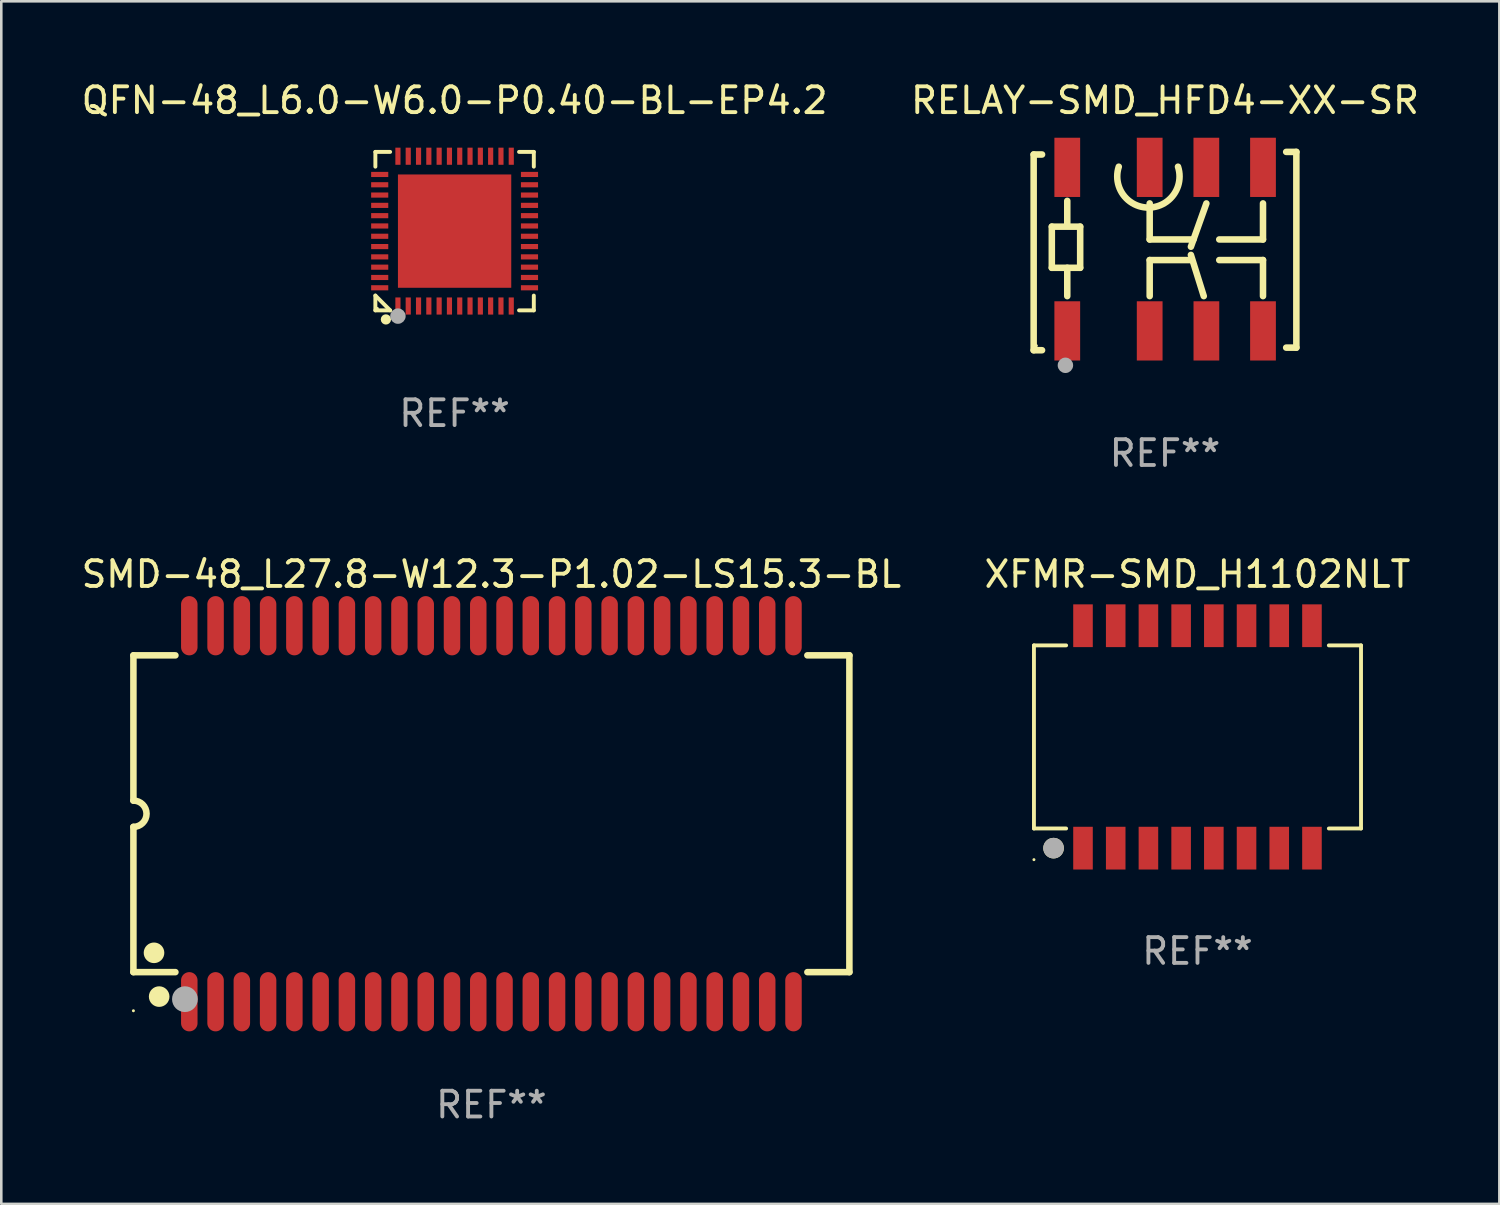
<source format=kicad_pcb>
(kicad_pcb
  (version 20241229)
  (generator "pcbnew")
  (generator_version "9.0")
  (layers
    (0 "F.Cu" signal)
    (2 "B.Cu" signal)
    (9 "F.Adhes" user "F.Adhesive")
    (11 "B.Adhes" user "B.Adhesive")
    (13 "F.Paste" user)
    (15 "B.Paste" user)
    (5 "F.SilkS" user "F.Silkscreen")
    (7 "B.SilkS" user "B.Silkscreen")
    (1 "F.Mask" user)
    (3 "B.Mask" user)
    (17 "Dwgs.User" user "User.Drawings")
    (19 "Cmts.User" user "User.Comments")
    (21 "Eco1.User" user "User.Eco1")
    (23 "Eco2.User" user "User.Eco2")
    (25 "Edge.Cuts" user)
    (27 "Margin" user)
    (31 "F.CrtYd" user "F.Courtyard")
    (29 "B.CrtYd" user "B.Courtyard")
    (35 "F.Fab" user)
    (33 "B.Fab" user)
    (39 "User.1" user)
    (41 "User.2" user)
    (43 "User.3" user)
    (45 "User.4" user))
  (footprint "QFN-48_L6.0-W6.0-P0.40-BL-EP4.2"
    (layer "F.Cu")
    (at 14.601 5.924)
    (property "Reference" "QFN-48_L6.0-W6.0-P0.40-BL-EP4.2" (at 0 -5.076 0) (layer "F.SilkS") (effects (font (size 1 1) (thickness 0.15))))
    (attr smd)
    (fp_line (start -3.076 -3.076) (end -2.503 -3.076) (stroke (width 0.152) (type solid)) (layer "F.SilkS"))
    (fp_line (start -3.076 -2.503) (end -3.076 -3.076) (stroke (width 0.152) (type solid)) (layer "F.SilkS"))
    (fp_line (start -3.076 2.503) (end -3.076 3.076) (stroke (width 0.152) (type solid)) (layer "F.SilkS"))
    (fp_line (start -3.076 2.503) (end -2.503 3.076) (stroke (width 0.152) (type solid)) (layer "F.SilkS"))
    (fp_line (start -3.076 3.076) (end -2.503 3.076) (stroke (width 0.152) (type solid)) (layer "F.SilkS"))
    (fp_line (start 3.076 -3.076) (end 2.503 -3.076) (stroke (width 0.152) (type solid)) (layer "F.SilkS"))
    (fp_line (start 3.076 -2.503) (end 3.076 -3.076) (stroke (width 0.152) (type solid)) (layer "F.SilkS"))
    (fp_line (start 3.076 2.503) (end 3.076 3.076) (stroke (width 0.152) (type solid)) (layer "F.SilkS"))
    (fp_line (start 3.076 3.076) (end 2.503 3.076) (stroke (width 0.152) (type solid)) (layer "F.SilkS"))
    (fp_circle (center -3 3) (end -2.97 3) (stroke (width 0.06) (type solid)) (fill no) (layer "F.SilkS"))
    (fp_circle (center -2.667 3.429) (end -2.567 3.429) (stroke (width 0.2) (type solid)) (fill no) (layer "F.SilkS"))
    (fp_circle (center -2.2 3.3) (end -2.05 3.3) (stroke (width 0.3) (type solid)) (fill no) (layer "F.Fab"))
    (fp_text user "REF**" (at 0 7.076 0) (layer "F.Fab") (effects (font (size 1 1) (thickness 0.15))))
    (pad "1" smd rect (at -2.2 2.908) (size 0.2 0.665) (layers "F.Cu" "F.Mask" "F.Paste"))
    (pad "2" smd rect (at -1.8 2.908) (size 0.2 0.665) (layers "F.Cu" "F.Mask" "F.Paste"))
    (pad "3" smd rect (at -1.4 2.908) (size 0.2 0.665) (layers "F.Cu" "F.Mask" "F.Paste"))
    (pad "4" smd rect (at -1 2.908) (size 0.2 0.665) (layers "F.Cu" "F.Mask" "F.Paste"))
    (pad "5" smd rect (at -0.6 2.908) (size 0.2 0.665) (layers "F.Cu" "F.Mask" "F.Paste"))
    (pad "6" smd rect (at -0.2 2.908) (size 0.2 0.665) (layers "F.Cu" "F.Mask" "F.Paste"))
    (pad "7" smd rect (at 0.2 2.908) (size 0.2 0.665) (layers "F.Cu" "F.Mask" "F.Paste"))
    (pad "8" smd rect (at 0.6 2.908) (size 0.2 0.665) (layers "F.Cu" "F.Mask" "F.Paste"))
    (pad "9" smd rect (at 1 2.908) (size 0.2 0.665) (layers "F.Cu" "F.Mask" "F.Paste"))
    (pad "10" smd rect (at 1.4 2.908) (size 0.2 0.665) (layers "F.Cu" "F.Mask" "F.Paste"))
    (pad "11" smd rect (at 1.8 2.908) (size 0.2 0.665) (layers "F.Cu" "F.Mask" "F.Paste"))
    (pad "12" smd rect (at 2.2 2.908) (size 0.2 0.665) (layers "F.Cu" "F.Mask" "F.Paste"))
    (pad "13" smd rect (at 2.908 2.2) (size 0.665 0.2) (layers "F.Cu" "F.Mask" "F.Paste"))
    (pad "14" smd rect (at 2.908 1.8) (size 0.665 0.2) (layers "F.Cu" "F.Mask" "F.Paste"))
    (pad "15" smd rect (at 2.908 1.4) (size 0.665 0.2) (layers "F.Cu" "F.Mask" "F.Paste"))
    (pad "16" smd rect (at 2.908 1) (size 0.665 0.2) (layers "F.Cu" "F.Mask" "F.Paste"))
    (pad "17" smd rect (at 2.908 0.6) (size 0.665 0.2) (layers "F.Cu" "F.Mask" "F.Paste"))
    (pad "18" smd rect (at 2.908 0.2) (size 0.665 0.2) (layers "F.Cu" "F.Mask" "F.Paste"))
    (pad "19" smd rect (at 2.908 -0.2) (size 0.665 0.2) (layers "F.Cu" "F.Mask" "F.Paste"))
    (pad "20" smd rect (at 2.908 -0.6) (size 0.665 0.2) (layers "F.Cu" "F.Mask" "F.Paste"))
    (pad "21" smd rect (at 2.908 -1) (size 0.665 0.2) (layers "F.Cu" "F.Mask" "F.Paste"))
    (pad "22" smd rect (at 2.908 -1.4) (size 0.665 0.2) (layers "F.Cu" "F.Mask" "F.Paste"))
    (pad "23" smd rect (at 2.908 -1.8) (size 0.665 0.2) (layers "F.Cu" "F.Mask" "F.Paste"))
    (pad "24" smd rect (at 2.908 -2.2) (size 0.665 0.2) (layers "F.Cu" "F.Mask" "F.Paste"))
    (pad "25" smd rect (at 2.2 -2.908) (size 0.2 0.665) (layers "F.Cu" "F.Mask" "F.Paste"))
    (pad "26" smd rect (at 1.8 -2.908) (size 0.2 0.665) (layers "F.Cu" "F.Mask" "F.Paste"))
    (pad "27" smd rect (at 1.4 -2.908) (size 0.2 0.665) (layers "F.Cu" "F.Mask" "F.Paste"))
    (pad "28" smd rect (at 1 -2.908) (size 0.2 0.665) (layers "F.Cu" "F.Mask" "F.Paste"))
    (pad "29" smd rect (at 0.6 -2.908) (size 0.2 0.665) (layers "F.Cu" "F.Mask" "F.Paste"))
    (pad "30" smd rect (at 0.2 -2.908) (size 0.2 0.665) (layers "F.Cu" "F.Mask" "F.Paste"))
    (pad "31" smd rect (at -0.2 -2.908) (size 0.2 0.665) (layers "F.Cu" "F.Mask" "F.Paste"))
    (pad "32" smd rect (at -0.6 -2.908) (size 0.2 0.665) (layers "F.Cu" "F.Mask" "F.Paste"))
    (pad "33" smd rect (at -1 -2.908) (size 0.2 0.665) (layers "F.Cu" "F.Mask" "F.Paste"))
    (pad "34" smd rect (at -1.4 -2.908) (size 0.2 0.665) (layers "F.Cu" "F.Mask" "F.Paste"))
    (pad "35" smd rect (at -1.8 -2.908) (size 0.2 0.665) (layers "F.Cu" "F.Mask" "F.Paste"))
    (pad "36" smd rect (at -2.2 -2.908) (size 0.2 0.665) (layers "F.Cu" "F.Mask" "F.Paste"))
    (pad "37" smd rect (at -2.908 -2.2) (size 0.665 0.2) (layers "F.Cu" "F.Mask" "F.Paste"))
    (pad "38" smd rect (at -2.908 -1.8) (size 0.665 0.2) (layers "F.Cu" "F.Mask" "F.Paste"))
    (pad "39" smd rect (at -2.908 -1.4) (size 0.665 0.2) (layers "F.Cu" "F.Mask" "F.Paste"))
    (pad "40" smd rect (at -2.908 -1) (size 0.665 0.2) (layers "F.Cu" "F.Mask" "F.Paste"))
    (pad "41" smd rect (at -2.908 -0.6) (size 0.665 0.2) (layers "F.Cu" "F.Mask" "F.Paste"))
    (pad "42" smd rect (at -2.908 -0.2) (size 0.665 0.2) (layers "F.Cu" "F.Mask" "F.Paste"))
    (pad "43" smd rect (at -2.908 0.2) (size 0.665 0.2) (layers "F.Cu" "F.Mask" "F.Paste"))
    (pad "44" smd rect (at -2.908 0.6) (size 0.665 0.2) (layers "F.Cu" "F.Mask" "F.Paste"))
    (pad "45" smd rect (at -2.908 1) (size 0.665 0.2) (layers "F.Cu" "F.Mask" "F.Paste"))
    (pad "46" smd rect (at -2.908 1.4) (size 0.665 0.2) (layers "F.Cu" "F.Mask" "F.Paste"))
    (pad "47" smd rect (at -2.908 1.8) (size 0.665 0.2) (layers "F.Cu" "F.Mask" "F.Paste"))
    (pad "48" smd rect (at -2.908 2.2) (size 0.665 0.2) (layers "F.Cu" "F.Mask" "F.Paste"))
    (pad "49" smd rect (at 0 0) (size 4.4 4.4) (layers "F.Cu" "F.Mask" "F.Paste")))
  (footprint "SMD-48_L27.8-W12.3-P1.02-LS15.3-BL"
    (layer "F.Cu")
    (at 16.03 28.546)
    (property "Reference" "SMD-48_L27.8-W12.3-P1.02-LS15.3-BL" (at -0.000025 -9.3 0) (layer "F.SilkS") (effects (font (size 1 1) (thickness 0.15))))
    (attr smd)
    (fp_line (start -13.9 -6.15) (end -13.9 -0.51) (stroke (width 0.254) (type solid)) (layer "F.SilkS"))
    (fp_line (start -13.9 -6.15) (end -12.269 -6.15) (stroke (width 0.254) (type solid)) (layer "F.SilkS"))
    (fp_line (start -13.9 6.15) (end -13.9 0.51) (stroke (width 0.254) (type solid)) (layer "F.SilkS"))
    (fp_line (start -12.269 6.15) (end -13.9 6.15) (stroke (width 0.254) (type solid)) (layer "F.SilkS"))
    (fp_line (start 12.268 -6.15) (end 13.9 -6.15) (stroke (width 0.254) (type solid)) (layer "F.SilkS"))
    (fp_line (start 13.9 -6.15) (end 13.9 6.15) (stroke (width 0.254) (type solid)) (layer "F.SilkS"))
    (fp_line (start 13.9 6.15) (end 12.269 6.15) (stroke (width 0.254) (type solid)) (layer "F.SilkS"))
    (fp_arc (start -13.900559 -0.51016) (mid -13.390196 -0.000305) (end -13.900051 0.510058) (stroke (width 0.254001) (type solid)) (layer "F.SilkS"))
    (fp_circle (center -13.9 7.65) (end -13.87 7.65) (stroke (width 0.06) (type solid)) (fill no) (layer "F.SilkS"))
    (fp_circle (center -13.1 5.4) (end -12.9 5.4) (stroke (width 0.4) (type solid)) (fill no) (layer "F.SilkS"))
    (fp_circle (center -12.9 7.1) (end -12.7 7.1) (stroke (width 0.4) (type solid)) (fill no) (layer "F.SilkS"))
    (fp_circle (center -11.9 7.2) (end -11.65 7.2) (stroke (width 0.5) (type solid)) (fill no) (layer "F.Fab"))
    (fp_text user "REF**" (at -0.000025 11.3 0) (layer "F.Fab") (effects (font (size 1 1) (thickness 0.15))))
    (pad "1" smd oval (at -11.73 7.3 90) (size 2.3 0.64) (layers "F.Cu" "F.Mask" "F.Paste"))
    (pad "2" smd oval (at -10.71 7.3 90) (size 2.3 0.64) (layers "F.Cu" "F.Mask" "F.Paste"))
    (pad "3" smd oval (at -9.69 7.3 90) (size 2.3 0.64) (layers "F.Cu" "F.Mask" "F.Paste"))
    (pad "4" smd oval (at -8.67 7.3 90) (size 2.3 0.64) (layers "F.Cu" "F.Mask" "F.Paste"))
    (pad "5" smd oval (at -7.65 7.3 90) (size 2.3 0.64) (layers "F.Cu" "F.Mask" "F.Paste"))
    (pad "6" smd oval (at -6.63 7.3 90) (size 2.3 0.64) (layers "F.Cu" "F.Mask" "F.Paste"))
    (pad "7" smd oval (at -5.61 7.3 90) (size 2.3 0.64) (layers "F.Cu" "F.Mask" "F.Paste"))
    (pad "8" smd oval (at -4.59 7.3 90) (size 2.3 0.64) (layers "F.Cu" "F.Mask" "F.Paste"))
    (pad "9" smd oval (at -3.57 7.3 90) (size 2.3 0.64) (layers "F.Cu" "F.Mask" "F.Paste"))
    (pad "10" smd oval (at -2.55 7.3 90) (size 2.3 0.64) (layers "F.Cu" "F.Mask" "F.Paste"))
    (pad "11" smd oval (at -1.53 7.3 90) (size 2.3 0.64) (layers "F.Cu" "F.Mask" "F.Paste"))
    (pad "12" smd oval (at -0.51 7.3 90) (size 2.3 0.64) (layers "F.Cu" "F.Mask" "F.Paste"))
    (pad "13" smd oval (at 0.51 7.3 90) (size 2.3 0.64) (layers "F.Cu" "F.Mask" "F.Paste"))
    (pad "14" smd oval (at 1.53 7.3 90) (size 2.3 0.64) (layers "F.Cu" "F.Mask" "F.Paste"))
    (pad "15" smd oval (at 2.55 7.3 90) (size 2.3 0.64) (layers "F.Cu" "F.Mask" "F.Paste"))
    (pad "16" smd oval (at 3.57 7.3 90) (size 2.3 0.64) (layers "F.Cu" "F.Mask" "F.Paste"))
    (pad "17" smd oval (at 4.59 7.3 90) (size 2.3 0.64) (layers "F.Cu" "F.Mask" "F.Paste"))
    (pad "18" smd oval (at 5.61 7.3 90) (size 2.3 0.64) (layers "F.Cu" "F.Mask" "F.Paste"))
    (pad "19" smd oval (at 6.63 7.3 90) (size 2.3 0.64) (layers "F.Cu" "F.Mask" "F.Paste"))
    (pad "20" smd oval (at 7.65 7.3 90) (size 2.3 0.64) (layers "F.Cu" "F.Mask" "F.Paste"))
    (pad "21" smd oval (at 8.67 7.3 90) (size 2.3 0.64) (layers "F.Cu" "F.Mask" "F.Paste"))
    (pad "22" smd oval (at 9.69 7.3 90) (size 2.3 0.64) (layers "F.Cu" "F.Mask" "F.Paste"))
    (pad "23" smd oval (at 10.71 7.3 90) (size 2.3 0.64) (layers "F.Cu" "F.Mask" "F.Paste"))
    (pad "24" smd oval (at 11.73 7.3 90) (size 2.3 0.64) (layers "F.Cu" "F.Mask" "F.Paste"))
    (pad "25" smd oval (at 11.73 -7.3 90) (size 2.3 0.64) (layers "F.Cu" "F.Mask" "F.Paste"))
    (pad "26" smd oval (at 10.71 -7.3 90) (size 2.3 0.64) (layers "F.Cu" "F.Mask" "F.Paste"))
    (pad "27" smd oval (at 9.69 -7.3 90) (size 2.3 0.64) (layers "F.Cu" "F.Mask" "F.Paste"))
    (pad "28" smd oval (at 8.67 -7.3 90) (size 2.3 0.64) (layers "F.Cu" "F.Mask" "F.Paste"))
    (pad "29" smd oval (at 7.65 -7.3 90) (size 2.3 0.64) (layers "F.Cu" "F.Mask" "F.Paste"))
    (pad "30" smd oval (at 6.63 -7.3 90) (size 2.3 0.64) (layers "F.Cu" "F.Mask" "F.Paste"))
    (pad "31" smd oval (at 5.61 -7.3 90) (size 2.3 0.64) (layers "F.Cu" "F.Mask" "F.Paste"))
    (pad "32" smd oval (at 4.59 -7.3 90) (size 2.3 0.64) (layers "F.Cu" "F.Mask" "F.Paste"))
    (pad "33" smd oval (at 3.57 -7.3 90) (size 2.3 0.64) (layers "F.Cu" "F.Mask" "F.Paste"))
    (pad "34" smd oval (at 2.55 -7.3 90) (size 2.3 0.64) (layers "F.Cu" "F.Mask" "F.Paste"))
    (pad "35" smd oval (at 1.53 -7.3 90) (size 2.3 0.64) (layers "F.Cu" "F.Mask" "F.Paste"))
    (pad "36" smd oval (at 0.51 -7.3 90) (size 2.3 0.64) (layers "F.Cu" "F.Mask" "F.Paste"))
    (pad "37" smd oval (at -0.51 -7.3 90) (size 2.3 0.64) (layers "F.Cu" "F.Mask" "F.Paste"))
    (pad "38" smd oval (at -1.53 -7.3 90) (size 2.3 0.64) (layers "F.Cu" "F.Mask" "F.Paste"))
    (pad "39" smd oval (at -2.55 -7.3 90) (size 2.3 0.64) (layers "F.Cu" "F.Mask" "F.Paste"))
    (pad "40" smd oval (at -3.57 -7.3 90) (size 2.3 0.64) (layers "F.Cu" "F.Mask" "F.Paste"))
    (pad "41" smd oval (at -4.59 -7.3 90) (size 2.3 0.64) (layers "F.Cu" "F.Mask" "F.Paste"))
    (pad "42" smd oval (at -5.61 -7.3 90) (size 2.3 0.64) (layers "F.Cu" "F.Mask" "F.Paste"))
    (pad "43" smd oval (at -6.63 -7.3 90) (size 2.3 0.64) (layers "F.Cu" "F.Mask" "F.Paste"))
    (pad "44" smd oval (at -7.65 -7.3 90) (size 2.3 0.64) (layers "F.Cu" "F.Mask" "F.Paste"))
    (pad "45" smd oval (at -8.67 -7.3 90) (size 2.3 0.64) (layers "F.Cu" "F.Mask" "F.Paste"))
    (pad "46" smd oval (at -9.69 -7.3 90) (size 2.3 0.64) (layers "F.Cu" "F.Mask" "F.Paste"))
    (pad "47" smd oval (at -10.71 -7.3 90) (size 2.3 0.64) (layers "F.Cu" "F.Mask" "F.Paste"))
    (pad "48" smd oval (at -11.73 -7.3 90) (size 2.3 0.64) (layers "F.Cu" "F.Mask" "F.Paste")))
  (footprint "XFMR-SMD_H1102NLT"
    (layer "F.Cu")
    (at 43.446 25.564)
    (property "Reference" "XFMR-SMD_H1102NLT" (at 0 -6.318 0) (layer "F.SilkS") (effects (font (size 1 1) (thickness 0.15))))
    (attr smd)
    (fp_line (start -6.35 3.555) (end -6.35 -3.555) (stroke (width 0.15) (type solid)) (layer "F.SilkS"))
    (fp_line (start -5.1 -3.555) (end -6.35 -3.555) (stroke (width 0.15) (type solid)) (layer "F.SilkS"))
    (fp_line (start -5.1 3.555) (end -6.35 3.555) (stroke (width 0.15) (type solid)) (layer "F.SilkS"))
    (fp_line (start 6.35 -3.555) (end 5.1 -3.555) (stroke (width 0.15) (type solid)) (layer "F.SilkS"))
    (fp_line (start 6.35 3.555) (end 5.1 3.555) (stroke (width 0.15) (type solid)) (layer "F.SilkS"))
    (fp_line (start 6.35 3.555) (end 6.35 -3.555) (stroke (width 0.15) (type solid)) (layer "F.SilkS"))
    (fp_circle (center -6.35 4.765) (end -6.32 4.765) (stroke (width 0.06) (type solid)) (fill no) (layer "F.SilkS"))
    (fp_circle (center -5.588 4.318) (end -5.388 4.318) (stroke (width 0.4) (type solid)) (fill no) (layer "F.SilkS"))
    (fp_circle (center -5.588 4.318) (end -5.388 4.318) (stroke (width 0.4) (type solid)) (fill no) (layer "F.Fab"))
    (fp_text user "REF**" (at 0 8.318 0) (layer "F.Fab") (effects (font (size 1 1) (thickness 0.15))))
    (pad "1" smd rect (at -4.445 4.318 180) (size 0.76 1.66) (layers "F.Cu" "F.Mask" "F.Paste"))
    (pad "2" smd rect (at -3.175 4.318 180) (size 0.76 1.66) (layers "F.Cu" "F.Mask" "F.Paste"))
    (pad "3" smd rect (at -1.905 4.318 180) (size 0.76 1.66) (layers "F.Cu" "F.Mask" "F.Paste"))
    (pad "4" smd rect (at -0.635 4.318 180) (size 0.76 1.66) (layers "F.Cu" "F.Mask" "F.Paste"))
    (pad "5" smd rect (at 0.635 4.318 180) (size 0.76 1.66) (layers "F.Cu" "F.Mask" "F.Paste"))
    (pad "6" smd rect (at 1.905 4.318 180) (size 0.76 1.66) (layers "F.Cu" "F.Mask" "F.Paste"))
    (pad "7" smd rect (at 3.175 4.318 180) (size 0.76 1.66) (layers "F.Cu" "F.Mask" "F.Paste"))
    (pad "8" smd rect (at 4.445 4.318 180) (size 0.76 1.66) (layers "F.Cu" "F.Mask" "F.Paste"))
    (pad "9" smd rect (at 4.445 -4.318 180) (size 0.76 1.66) (layers "F.Cu" "F.Mask" "F.Paste"))
    (pad "10" smd rect (at 3.175 -4.318 180) (size 0.76 1.66) (layers "F.Cu" "F.Mask" "F.Paste"))
    (pad "11" smd rect (at 1.905 -4.318 180) (size 0.76 1.66) (layers "F.Cu" "F.Mask" "F.Paste"))
    (pad "12" smd rect (at 0.635 -4.318 180) (size 0.76 1.66) (layers "F.Cu" "F.Mask" "F.Paste"))
    (pad "13" smd rect (at -0.635 -4.318 180) (size 0.76 1.66) (layers "F.Cu" "F.Mask" "F.Paste"))
    (pad "14" smd rect (at -1.905 -4.318 180) (size 0.76 1.66) (layers "F.Cu" "F.Mask" "F.Paste"))
    (pad "15" smd rect (at -3.175 -4.318 180) (size 0.76 1.66) (layers "F.Cu" "F.Mask" "F.Paste"))
    (pad "16" smd rect (at -4.445 -4.318 180) (size 0.76 1.66) (layers "F.Cu" "F.Mask" "F.Paste")))
  (footprint "RELAY-SMD_HFD4-XX-SR"
    (layer "F.Cu")
    (at 42.19 6.623)
    (property "Reference" "RELAY-SMD_HFD4-XX-SR" (at -0.005 -5.775 0) (layer "F.SilkS") (effects (font (size 1 1) (thickness 0.15))))
    (attr smd)
    (fp_line (start -5.105 -3.674) (end -4.779 -3.674) (stroke (width 0.254) (type solid)) (layer "F.SilkS"))
    (fp_line (start -5.105 3.926) (end -5.105 -3.674) (stroke (width 0.254) (type solid)) (layer "F.SilkS"))
    (fp_line (start -4.779 3.926) (end -5.105 3.926) (stroke (width 0.254) (type solid)) (layer "F.SilkS"))
    (fp_line (start -4.4 -0.875) (end -4.4 0.725) (stroke (width 0.254) (type solid)) (layer "F.SilkS"))
    (fp_line (start -4.399 -0.873) (end -3.299 -0.873) (stroke (width 0.254) (type solid)) (layer "F.SilkS"))
    (fp_line (start -3.8 -0.975) (end -3.8 -1.874) (stroke (width 0.254) (type solid)) (layer "F.SilkS"))
    (fp_line (start -3.8 1.825) (end -3.8 0.725) (stroke (width 0.254) (type solid)) (layer "F.SilkS"))
    (fp_line (start -3.299 -0.873) (end -3.299 0.725) (stroke (width 0.254) (type solid)) (layer "F.SilkS"))
    (fp_line (start -3.299 0.725) (end -4.4 0.725) (stroke (width 0.254) (type solid)) (layer "F.SilkS"))
    (fp_line (start -0.6 -1.775) (end -0.6 -0.375) (stroke (width 0.254) (type solid)) (layer "F.SilkS"))
    (fp_line (start -0.6 -0.375) (end 1.1 -0.375) (stroke (width 0.254) (type solid)) (layer "F.SilkS"))
    (fp_line (start -0.6 0.425) (end 1 0.425) (stroke (width 0.254) (type solid)) (layer "F.SilkS"))
    (fp_line (start -0.6 1.825) (end -0.6 0.425) (stroke (width 0.254) (type solid)) (layer "F.SilkS"))
    (fp_line (start 1.5 1.825) (end 1 0.225) (stroke (width 0.254) (type solid)) (layer "F.SilkS"))
    (fp_line (start 1.601 -1.774) (end 1.001 -0.093) (stroke (width 0.254) (type solid)) (layer "F.SilkS"))
    (fp_line (start 3.8 -1.775) (end 3.8 -0.375) (stroke (width 0.254) (type solid)) (layer "F.SilkS"))
    (fp_line (start 3.8 -0.375) (end 2.101 -0.375) (stroke (width 0.254) (type solid)) (layer "F.SilkS"))
    (fp_line (start 3.8 0.424) (end 2.101 0.425) (stroke (width 0.254) (type solid)) (layer "F.SilkS"))
    (fp_line (start 3.8 1.825) (end 3.8 0.424) (stroke (width 0.254) (type solid)) (layer "F.SilkS"))
    (fp_line (start 4.7 -3.775) (end 5.095 -3.775) (stroke (width 0.254) (type solid)) (layer "F.SilkS"))
    (fp_line (start 5.095 -3.775) (end 5.095 3.825) (stroke (width 0.254) (type solid)) (layer "F.SilkS"))
    (fp_line (start 5.095 3.825) (end 4.7 3.825) (stroke (width 0.254) (type solid)) (layer "F.SilkS"))
    (fp_arc (start 0.500025 -3.2) (mid -0.650017 -1.612814) (end -1.799949 -3.20008) (stroke (width 0.254001) (type solid)) (layer "F.SilkS"))
    (fp_circle (center -5 3.75) (end -4.97 3.75) (stroke (width 0.06) (type solid)) (fill no) (layer "F.SilkS"))
    (fp_circle (center -3.872 4.511) (end -3.722 4.511) (stroke (width 0.3) (type solid)) (fill no) (layer "F.Fab"))
    (fp_text user "REF**" (at -0.005 7.926 0) (layer "F.Fab") (effects (font (size 1 1) (thickness 0.15))))
    (pad "1" smd rect (at -3.8 3.175) (size 1 2.3) (layers "F.Cu" "F.Mask" "F.Paste"))
    (pad "2" smd rect (at -0.6 3.175) (size 1 2.3) (layers "F.Cu" "F.Mask" "F.Paste"))
    (pad "3" smd rect (at 1.602 3.175) (size 1 2.3) (layers "F.Cu" "F.Mask" "F.Paste"))
    (pad "4" smd rect (at 3.8 3.175) (size 1 2.3) (layers "F.Cu" "F.Mask" "F.Paste"))
    (pad "5" smd rect (at 3.8 -3.175) (size 1 2.3) (layers "F.Cu" "F.Mask" "F.Paste"))
    (pad "6" smd rect (at 1.6 -3.175) (size 1 2.3) (layers "F.Cu" "F.Mask" "F.Paste"))
    (pad "7" smd rect (at -0.6 -3.175) (size 1 2.3) (layers "F.Cu" "F.Mask" "F.Paste"))
    (pad "8" smd rect (at -3.8 -3.175) (size 1 2.3) (layers "F.Cu" "F.Mask" "F.Paste")))
  (gr_rect
    (start -3 -3)
    (end 55.167 43.694)
    (stroke (width 0.1) (type default))
    (fill no)
    (layer "Edge.Cuts")))
</source>
